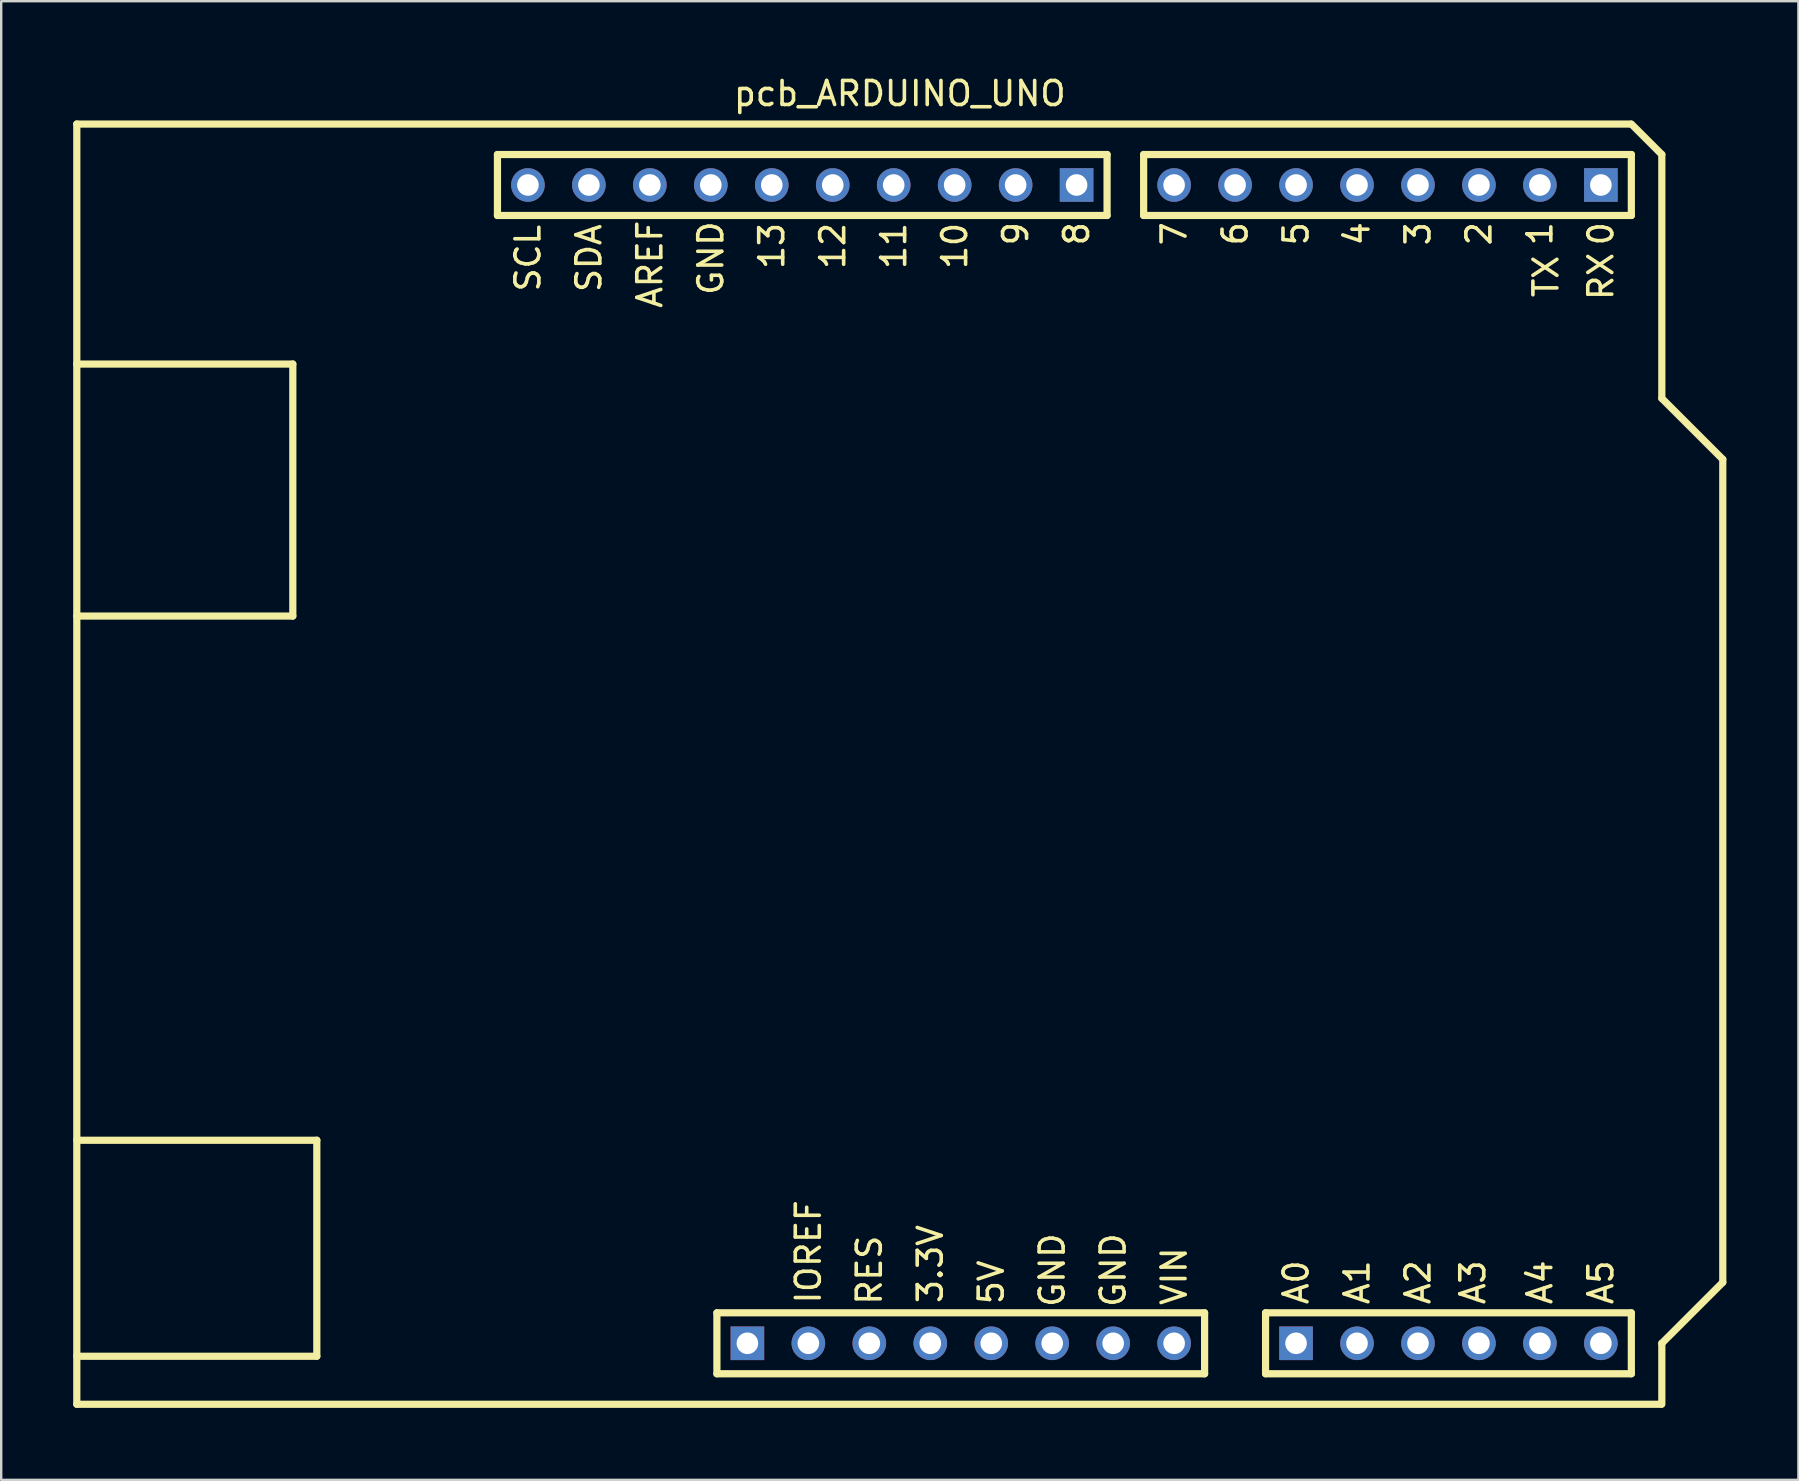
<source format=kicad_pcb>
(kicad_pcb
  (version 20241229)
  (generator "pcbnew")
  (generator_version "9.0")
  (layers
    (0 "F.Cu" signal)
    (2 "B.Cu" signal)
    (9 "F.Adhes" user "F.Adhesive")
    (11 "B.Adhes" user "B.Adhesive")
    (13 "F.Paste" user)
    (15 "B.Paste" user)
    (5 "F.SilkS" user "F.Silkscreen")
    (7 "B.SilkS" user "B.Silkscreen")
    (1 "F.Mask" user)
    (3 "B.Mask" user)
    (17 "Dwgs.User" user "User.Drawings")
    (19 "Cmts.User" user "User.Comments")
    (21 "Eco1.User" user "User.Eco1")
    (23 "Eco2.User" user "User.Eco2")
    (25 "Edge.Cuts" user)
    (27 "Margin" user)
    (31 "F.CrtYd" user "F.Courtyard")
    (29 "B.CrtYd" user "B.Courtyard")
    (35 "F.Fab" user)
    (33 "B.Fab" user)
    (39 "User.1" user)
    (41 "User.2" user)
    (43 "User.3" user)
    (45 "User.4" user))
  (footprint "pcb_ARDUINO_UNO"
    (layer "F.Cu")
    (at 34.44 28.788)
    (property "Reference" "pcb_ARDUINO_UNO" (at 0 -27.94 0) (layer "F.SilkS") (effects (font (size 1 1) (thickness 0.15))))
    (attr through_hole)
    (fp_line (start -34.29 -26.67) (end -34.29 26.67) (stroke (width 0.3) (type solid)) (layer "F.SilkS"))
    (fp_line (start -34.29 -26.67) (end 30.44 -26.67) (stroke (width 0.3) (type solid)) (layer "F.SilkS"))
    (fp_line (start -34.29 -16.67) (end -25.29 -16.67) (stroke (width 0.3) (type solid)) (layer "F.SilkS"))
    (fp_line (start -34.29 24.67) (end -24.29 24.67) (stroke (width 0.3) (type solid)) (layer "F.SilkS"))
    (fp_line (start -34.29 26.67) (end 31.71 26.67) (stroke (width 0.3) (type solid)) (layer "F.SilkS"))
    (fp_line (start -25.29 -16.67) (end -25.29 -6.17) (stroke (width 0.3) (type solid)) (layer "F.SilkS"))
    (fp_line (start -25.29 -6.17) (end -34.29 -6.17) (stroke (width 0.3) (type solid)) (layer "F.SilkS"))
    (fp_line (start -24.29 15.67) (end -34.29 15.67) (stroke (width 0.3) (type solid)) (layer "F.SilkS"))
    (fp_line (start -24.29 24.67) (end -24.29 15.67) (stroke (width 0.3) (type solid)) (layer "F.SilkS"))
    (fp_line (start -16.764 -25.4) (end -16.764 -22.86) (stroke (width 0.3) (type solid)) (layer "F.SilkS"))
    (fp_line (start -16.764 -22.86) (end 8.636 -22.86) (stroke (width 0.3) (type solid)) (layer "F.SilkS"))
    (fp_line (start -7.62 22.86) (end -7.62 25.4) (stroke (width 0.3) (type solid)) (layer "F.SilkS"))
    (fp_line (start -7.62 25.4) (end 12.7 25.4) (stroke (width 0.3) (type solid)) (layer "F.SilkS"))
    (fp_line (start 8.636 -25.4) (end -16.764 -25.4) (stroke (width 0.3) (type solid)) (layer "F.SilkS"))
    (fp_line (start 8.636 -22.86) (end 8.636 -25.4) (stroke (width 0.3) (type solid)) (layer "F.SilkS"))
    (fp_line (start 10.16 -25.4) (end 10.16 -22.86) (stroke (width 0.3) (type solid)) (layer "F.SilkS"))
    (fp_line (start 10.16 -22.86) (end 30.48 -22.86) (stroke (width 0.3) (type solid)) (layer "F.SilkS"))
    (fp_line (start 12.7 22.86) (end -7.62 22.86) (stroke (width 0.3) (type solid)) (layer "F.SilkS"))
    (fp_line (start 12.7 25.4) (end 12.7 22.86) (stroke (width 0.3) (type solid)) (layer "F.SilkS"))
    (fp_line (start 15.24 22.86) (end 30.48 22.86) (stroke (width 0.3) (type solid)) (layer "F.SilkS"))
    (fp_line (start 15.24 25.4) (end 15.24 22.86) (stroke (width 0.3) (type solid)) (layer "F.SilkS"))
    (fp_line (start 30.48 -26.67) (end 31.75 -25.4) (stroke (width 0.3) (type solid)) (layer "F.SilkS"))
    (fp_line (start 30.48 -25.4) (end 10.16 -25.4) (stroke (width 0.3) (type solid)) (layer "F.SilkS"))
    (fp_line (start 30.48 -22.86) (end 30.48 -25.4) (stroke (width 0.3) (type solid)) (layer "F.SilkS"))
    (fp_line (start 30.48 22.86) (end 30.48 25.4) (stroke (width 0.3) (type solid)) (layer "F.SilkS"))
    (fp_line (start 30.48 25.4) (end 15.24 25.4) (stroke (width 0.3) (type solid)) (layer "F.SilkS"))
    (fp_line (start 31.75 -25.4) (end 31.75 -15.24) (stroke (width 0.3) (type solid)) (layer "F.SilkS"))
    (fp_line (start 31.75 -15.24) (end 34.29 -12.7) (stroke (width 0.3) (type solid)) (layer "F.SilkS"))
    (fp_line (start 31.75 24.13) (end 34.29 21.59) (stroke (width 0.3) (type solid)) (layer "F.SilkS"))
    (fp_line (start 31.75 26.67) (end 31.75 24.13) (stroke (width 0.3) (type solid)) (layer "F.SilkS"))
    (fp_line (start 34.29 21.59) (end 34.29 -12.7) (stroke (width 0.3) (type solid)) (layer "F.SilkS"))
    (fp_text user "1" (at 26.67 -22.098 90) (layer "F.SilkS") (effects (font (size 1 1) (thickness 0.15))))
    (fp_text user "GND" (at 6.35 21.082 90) (layer "F.SilkS") (effects (font (size 1 1) (thickness 0.15))))
    (fp_text user "A1" (at 19.05 21.59 90) (layer "F.SilkS") (effects (font (size 1 1) (thickness 0.15))))
    (fp_text user "AREF" (at -10.414 -20.828 90) (layer "F.SilkS") (effects (font (size 1 1) (thickness 0.15))))
    (fp_text user "SDA" (at -12.954 -21.082 90) (layer "F.SilkS") (effects (font (size 1 1) (thickness 0.15))))
    (fp_text user "SCL" (at -15.494 -21.082 90) (layer "F.SilkS") (effects (font (size 1 1) (thickness 0.15))))
    (fp_text user "10" (at 2.286 -21.59 90) (layer "F.SilkS") (effects (font (size 1 1) (thickness 0.15))))
    (fp_text user "A3" (at 23.876 21.59 90) (layer "F.SilkS") (effects (font (size 1 1) (thickness 0.15))))
    (fp_text user "9" (at 4.826 -22.098 90) (layer "F.SilkS") (effects (font (size 1 1) (thickness 0.15))))
    (fp_text user "A0" (at 16.51 21.59 90) (layer "F.SilkS") (effects (font (size 1 1) (thickness 0.15))))
    (fp_text user "6" (at 13.97 -22.098 90) (layer "F.SilkS") (effects (font (size 1 1) (thickness 0.15))))
    (fp_text user "12" (at -2.794 -21.59 90) (layer "F.SilkS") (effects (font (size 1 1) (thickness 0.15))))
    (fp_text user "11" (at -0.254 -21.59 90) (layer "F.SilkS") (effects (font (size 1 1) (thickness 0.15))))
    (fp_text user "0" (at 29.21 -22.098 90) (layer "F.SilkS") (effects (font (size 1 1) (thickness 0.15))))
    (fp_text user "2" (at 24.13 -22.098 90) (layer "F.SilkS") (effects (font (size 1 1) (thickness 0.15))))
    (fp_text user "RX" (at 29.21 -20.32 90) (layer "F.SilkS") (effects (font (size 1 1) (thickness 0.15))))
    (fp_text user "3.3V" (at 1.27 20.828 90) (layer "F.SilkS") (effects (font (size 1 1) (thickness 0.15))))
    (fp_text user "5" (at 16.51 -22.098 90) (layer "F.SilkS") (effects (font (size 1 1) (thickness 0.15))))
    (fp_text user "RES" (at -1.27 21.082 90) (layer "F.SilkS") (effects (font (size 1 1) (thickness 0.15))))
    (fp_text user "A4" (at 26.67 21.59 90) (layer "F.SilkS") (effects (font (size 1 1) (thickness 0.15))))
    (fp_text user "GND" (at 8.89 21.082 90) (layer "F.SilkS") (effects (font (size 1 1) (thickness 0.15))))
    (fp_text user "13" (at -5.334 -21.59 90) (layer "F.SilkS") (effects (font (size 1 1) (thickness 0.15))))
    (fp_text user "4" (at 19.05 -22.098 90) (layer "F.SilkS") (effects (font (size 1 1) (thickness 0.15))))
    (fp_text user "5V" (at 3.81 21.59 90) (layer "F.SilkS") (effects (font (size 1 1) (thickness 0.15))))
    (fp_text user "7" (at 11.43 -22.098 90) (layer "F.SilkS") (effects (font (size 1 1) (thickness 0.15))))
    (fp_text user "TX" (at 26.924 -20.32 90) (layer "F.SilkS") (effects (font (size 1 1) (thickness 0.15))))
    (fp_text user "A5" (at 29.21 21.59 90) (layer "F.SilkS") (effects (font (size 1 1) (thickness 0.15))))
    (fp_text user "8" (at 7.366 -22.098 90) (layer "F.SilkS") (effects (font (size 1 1) (thickness 0.15))))
    (fp_text user "VIN" (at 11.43 21.336 90) (layer "F.SilkS") (effects (font (size 1 1) (thickness 0.15))))
    (fp_text user "3" (at 21.59 -22.098 90) (layer "F.SilkS") (effects (font (size 1 1) (thickness 0.15))))
    (fp_text user "GND" (at -7.874 -21.082 90) (layer "F.SilkS") (effects (font (size 1 1) (thickness 0.15))))
    (fp_text user "A2" (at 21.59 21.59 90) (layer "F.SilkS") (effects (font (size 1 1) (thickness 0.15))))
    (fp_text user "IOREF" (at -3.81 20.32 90) (layer "F.SilkS") (effects (font (size 1 1) (thickness 0.15))))
    (pad "1" thru_hole rect (at -6.35 24.13) (size 1.4 1.4) (drill 0.9) (layers "*.Cu" "*.Mask"))
    (pad "2" thru_hole circle (at -3.81 24.13) (size 1.4 1.4) (drill 0.9) (layers "*.Cu" "*.Mask"))
    (pad "3" thru_hole circle (at -1.27 24.13) (size 1.4 1.4) (drill 0.9) (layers "*.Cu" "*.Mask"))
    (pad "4" thru_hole circle (at 1.27 24.13) (size 1.4 1.4) (drill 0.9) (layers "*.Cu" "*.Mask"))
    (pad "5" thru_hole circle (at 3.81 24.13) (size 1.4 1.4) (drill 0.9) (layers "*.Cu" "*.Mask"))
    (pad "6" thru_hole circle (at 6.35 24.13) (size 1.4 1.4) (drill 0.9) (layers "*.Cu" "*.Mask"))
    (pad "7" thru_hole circle (at 8.89 24.13) (size 1.4 1.4) (drill 0.9) (layers "*.Cu" "*.Mask"))
    (pad "8" thru_hole circle (at 11.43 24.13) (size 1.4 1.4) (drill 0.9) (layers "*.Cu" "*.Mask"))
    (pad "9" thru_hole rect (at 16.51 24.13) (size 1.4 1.4) (drill 0.9) (layers "*.Cu" "*.Mask"))
    (pad "10" thru_hole circle (at 19.05 24.13) (size 1.4 1.4) (drill 0.9) (layers "*.Cu" "*.Mask"))
    (pad "11" thru_hole circle (at 21.59 24.13) (size 1.4 1.4) (drill 0.9) (layers "*.Cu" "*.Mask"))
    (pad "12" thru_hole circle (at 24.13 24.13) (size 1.4 1.4) (drill 0.9) (layers "*.Cu" "*.Mask"))
    (pad "13" thru_hole circle (at 26.67 24.13) (size 1.4 1.4) (drill 0.9) (layers "*.Cu" "*.Mask"))
    (pad "14" thru_hole circle (at 29.21 24.13) (size 1.4 1.4) (drill 0.9) (layers "*.Cu" "*.Mask"))
    (pad "15" thru_hole rect (at 29.21 -24.13) (size 1.4 1.4) (drill 0.9) (layers "*.Cu" "*.Mask"))
    (pad "16" thru_hole circle (at 26.67 -24.13) (size 1.4 1.4) (drill 0.9) (layers "*.Cu" "*.Mask"))
    (pad "17" thru_hole circle (at 24.13 -24.13) (size 1.4 1.4) (drill 0.9) (layers "*.Cu" "*.Mask"))
    (pad "18" thru_hole circle (at 21.59 -24.13) (size 1.4 1.4) (drill 0.9) (layers "*.Cu" "*.Mask"))
    (pad "19" thru_hole circle (at 19.05 -24.13) (size 1.4 1.4) (drill 0.9) (layers "*.Cu" "*.Mask"))
    (pad "20" thru_hole circle (at 16.51 -24.13) (size 1.4 1.4) (drill 0.9) (layers "*.Cu" "*.Mask"))
    (pad "21" thru_hole circle (at 13.97 -24.13) (size 1.4 1.4) (drill 0.9) (layers "*.Cu" "*.Mask"))
    (pad "22" thru_hole circle (at 11.43 -24.13) (size 1.4 1.4) (drill 0.9) (layers "*.Cu" "*.Mask"))
    (pad "23" thru_hole rect (at 7.366 -24.13) (size 1.4 1.4) (drill 0.9) (layers "*.Cu" "*.Mask"))
    (pad "24" thru_hole circle (at 4.826 -24.13) (size 1.4 1.4) (drill 0.9) (layers "*.Cu" "*.Mask"))
    (pad "25" thru_hole circle (at 2.286 -24.13) (size 1.4 1.4) (drill 0.9) (layers "*.Cu" "*.Mask"))
    (pad "26" thru_hole circle (at -0.254 -24.13) (size 1.4 1.4) (drill 0.9) (layers "*.Cu" "*.Mask"))
    (pad "27" thru_hole circle (at -2.794 -24.13) (size 1.4 1.4) (drill 0.9) (layers "*.Cu" "*.Mask"))
    (pad "28" thru_hole circle (at -5.334 -24.13) (size 1.4 1.4) (drill 0.9) (layers "*.Cu" "*.Mask"))
    (pad "29" thru_hole circle (at -7.874 -24.13) (size 1.4 1.4) (drill 0.9) (layers "*.Cu" "*.Mask"))
    (pad "30" thru_hole circle (at -10.414 -24.13) (size 1.4 1.4) (drill 0.9) (layers "*.Cu" "*.Mask"))
    (pad "31" thru_hole circle (at -12.954 -24.13) (size 1.4 1.4) (drill 0.9) (layers "*.Cu" "*.Mask"))
    (pad "32" thru_hole circle (at -15.494 -24.13) (size 1.4 1.4) (drill 0.9) (layers "*.Cu" "*.Mask")))
  (gr_rect
    (start -3 -3)
    (end 71.88 58.608)
    (stroke (width 0.1) (type default))
    (fill no)
    (layer "Edge.Cuts")))
</source>
